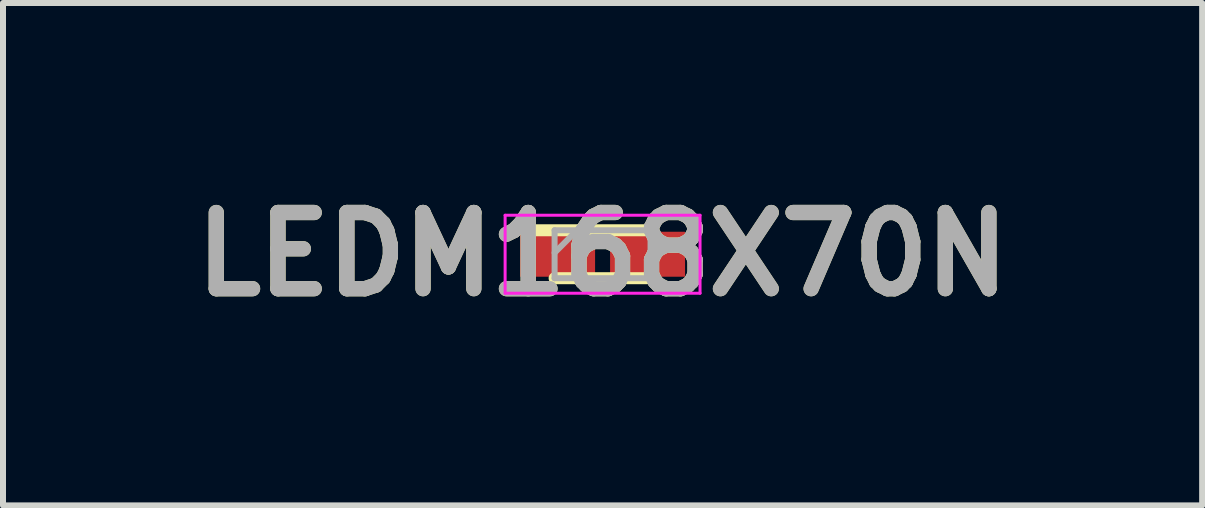
<source format=kicad_pcb>
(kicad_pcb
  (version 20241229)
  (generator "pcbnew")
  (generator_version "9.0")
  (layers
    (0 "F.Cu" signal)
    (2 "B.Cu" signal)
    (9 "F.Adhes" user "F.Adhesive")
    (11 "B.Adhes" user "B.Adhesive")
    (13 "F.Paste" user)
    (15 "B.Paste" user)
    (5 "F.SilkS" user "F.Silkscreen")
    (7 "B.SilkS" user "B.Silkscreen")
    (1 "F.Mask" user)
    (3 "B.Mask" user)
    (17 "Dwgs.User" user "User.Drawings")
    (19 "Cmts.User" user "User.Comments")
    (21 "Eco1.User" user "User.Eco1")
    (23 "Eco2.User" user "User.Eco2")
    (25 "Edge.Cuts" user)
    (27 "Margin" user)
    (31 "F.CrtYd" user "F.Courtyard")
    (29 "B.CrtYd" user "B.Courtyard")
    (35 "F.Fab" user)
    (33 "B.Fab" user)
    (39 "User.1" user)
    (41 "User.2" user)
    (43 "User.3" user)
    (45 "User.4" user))
  (footprint "LEDM168X70N"
    (layer "F.Cu")
    (at 6.997 1.189)
    (property "Reference" "LEDM168X70N" (at 0 0 0) (layer "F.SilkS") (effects (font (size 1.27 1.27) (thickness 0.254))))
    (attr smd)
    (fp_line (start -0.8 0.4) (end 0.8 0.4) (stroke (width 0.2) (type solid)) (layer "F.SilkS"))
    (fp_line (start 0.8 -0.4) (end -1.125 -0.4) (stroke (width 0.2) (type solid)) (layer "F.SilkS"))
    (fp_line (start -1.625 -0.65) (end 1.625 -0.65) (stroke (width 0.05) (type solid)) (layer "F.CrtYd"))
    (fp_line (start -1.625 0.65) (end -1.625 -0.65) (stroke (width 0.05) (type solid)) (layer "F.CrtYd"))
    (fp_line (start 1.625 -0.65) (end 1.625 0.65) (stroke (width 0.05) (type solid)) (layer "F.CrtYd"))
    (fp_line (start 1.625 0.65) (end -1.625 0.65) (stroke (width 0.05) (type solid)) (layer "F.CrtYd"))
    (fp_line (start -0.8 -0.4) (end 0.8 -0.4) (stroke (width 0.1) (type solid)) (layer "F.Fab"))
    (fp_line (start -0.8 -0.025) (end -0.425 -0.4) (stroke (width 0.1) (type solid)) (layer "F.Fab"))
    (fp_line (start -0.8 0.4) (end -0.8 -0.4) (stroke (width 0.1) (type solid)) (layer "F.Fab"))
    (fp_line (start 0.8 -0.4) (end 0.8 0.4) (stroke (width 0.1) (type solid)) (layer "F.Fab"))
    (fp_line (start 0.8 0.4) (end -0.8 0.4) (stroke (width 0.1) (type solid)) (layer "F.Fab"))
    (fp_text user "${REFERENCE}" (at 0 0 0) (layer "F.Fab") (effects (font (size 1.27 1.27) (thickness 0.254))))
    (pad "1" smd rect (at -0.75 0 90) (size 0.75 1.25) (layers "F.Cu" "F.Mask" "F.Paste"))
    (pad "2" smd rect (at 0.75 0 90) (size 0.75 1.25) (layers "F.Cu" "F.Mask" "F.Paste")))
  (gr_rect
    (start -3 -3)
    (end 16.994 5.377)
    (stroke (width 0.1) (type default))
    (fill no)
    (layer "Edge.Cuts")))
</source>
